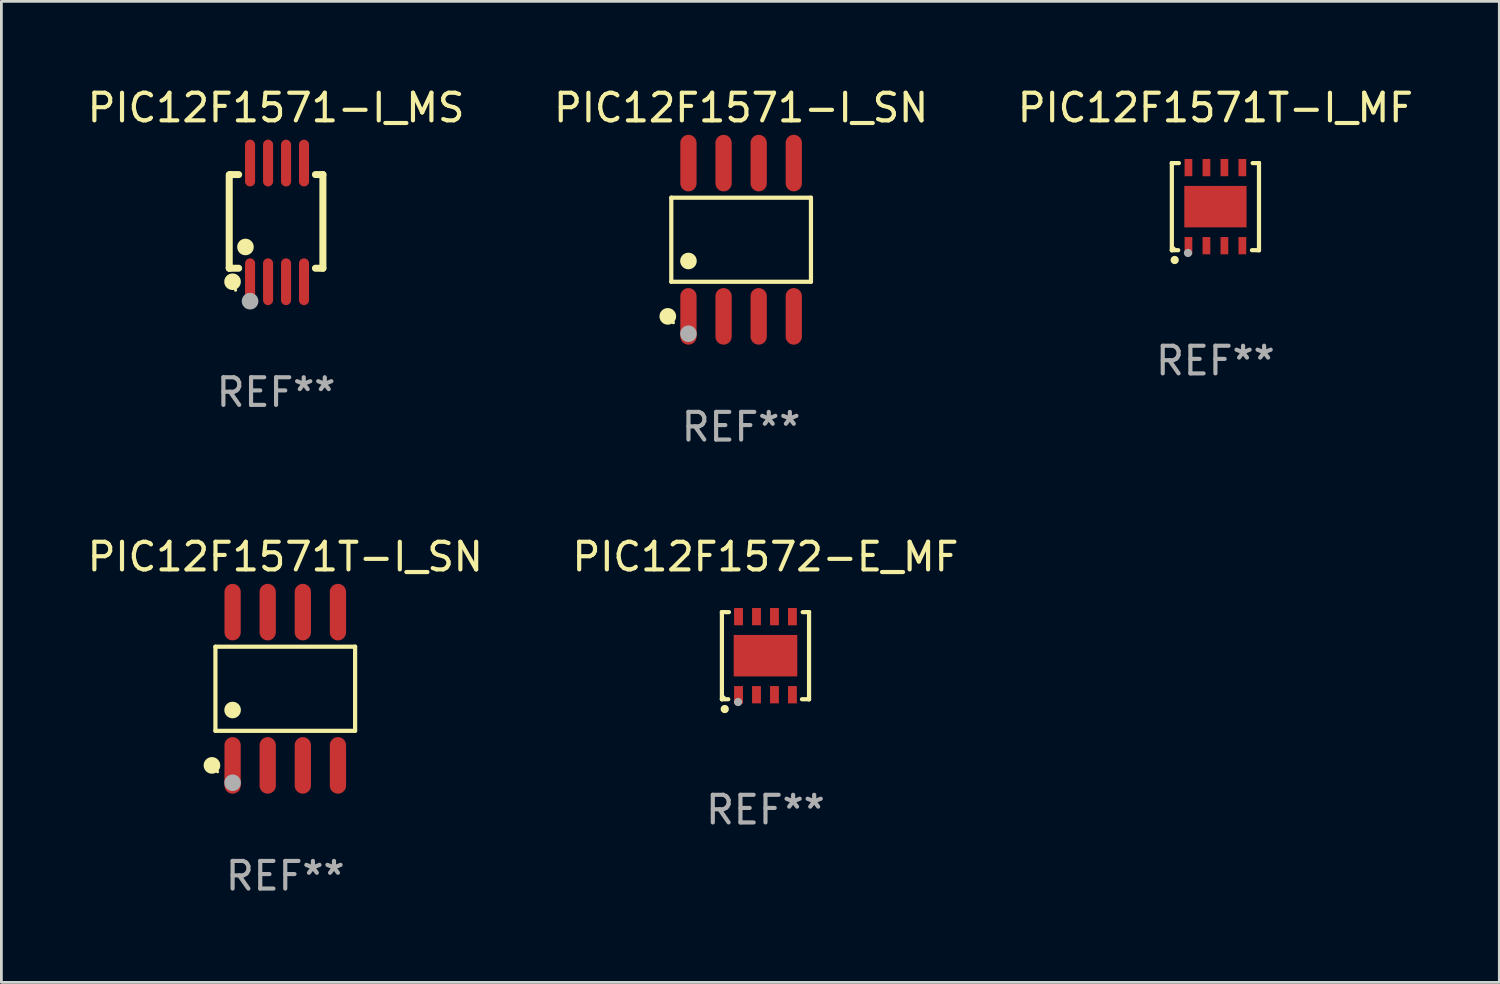
<source format=kicad_pcb>
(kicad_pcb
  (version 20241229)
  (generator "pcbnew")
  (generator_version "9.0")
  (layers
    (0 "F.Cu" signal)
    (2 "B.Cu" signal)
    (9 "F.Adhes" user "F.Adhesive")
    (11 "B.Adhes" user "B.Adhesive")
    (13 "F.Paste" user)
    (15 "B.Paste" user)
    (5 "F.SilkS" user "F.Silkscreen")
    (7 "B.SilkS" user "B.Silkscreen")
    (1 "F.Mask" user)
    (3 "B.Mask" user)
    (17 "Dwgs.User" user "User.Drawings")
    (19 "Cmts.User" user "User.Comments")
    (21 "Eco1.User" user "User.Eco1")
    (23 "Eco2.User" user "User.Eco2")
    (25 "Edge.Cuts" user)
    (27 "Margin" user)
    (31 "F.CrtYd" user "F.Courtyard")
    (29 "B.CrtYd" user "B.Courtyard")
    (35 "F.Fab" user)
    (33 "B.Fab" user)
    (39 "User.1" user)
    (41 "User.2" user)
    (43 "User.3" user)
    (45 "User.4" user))
  (footprint "PIC12F1571T-I_SN"
    (layer "F.Cu")
    (at 7.268 21.862)
    (property "Reference" "PIC12F1571T-I_SN" (at 0 -4.772 0) (layer "F.SilkS") (effects (font (size 1 1) (thickness 0.15))))
    (attr through_hole)
    (fp_line (start -2.526 -1.521) (end 2.526 -1.521) (stroke (width 0.152) (type solid)) (layer "F.SilkS"))
    (fp_line (start -2.526 1.521) (end -2.526 -1.521) (stroke (width 0.152) (type solid)) (layer "F.SilkS"))
    (fp_line (start 2.526 -1.521) (end 2.526 1.521) (stroke (width 0.152) (type solid)) (layer "F.SilkS"))
    (fp_line (start 2.526 1.521) (end -2.526 1.521) (stroke (width 0.152) (type solid)) (layer "F.SilkS"))
    (fp_circle (center -2.652 2.772) (end -2.501 2.772) (stroke (width 0.3) (type solid)) (fill no) (layer "F.SilkS"))
    (fp_circle (center -2.45 3) (end -2.42 3) (stroke (width 0.06) (type solid)) (fill no) (layer "F.SilkS"))
    (fp_circle (center -1.905 0.769) (end -1.755 0.769) (stroke (width 0.3) (type solid)) (fill no) (layer "F.SilkS"))
    (fp_circle (center -1.905 3.4) (end -1.755 3.4) (stroke (width 0.3) (type solid)) (fill no) (layer "F.Fab"))
    (fp_text user "REF**" (at 0 6.772 0) (layer "F.Fab") (effects (font (size 1 1) (thickness 0.15))))
    (pad "1" smd oval (at -1.905 2.772) (size 0.588 2.045) (layers "F.Cu" "F.Mask" "F.Paste"))
    (pad "2" smd oval (at -0.635 2.772) (size 0.588 2.045) (layers "F.Cu" "F.Mask" "F.Paste"))
    (pad "3" smd oval (at 0.635 2.772) (size 0.588 2.045) (layers "F.Cu" "F.Mask" "F.Paste"))
    (pad "4" smd oval (at 1.905 2.772) (size 0.588 2.045) (layers "F.Cu" "F.Mask" "F.Paste"))
    (pad "5" smd oval (at 1.905 -2.772) (size 0.588 2.045) (layers "F.Cu" "F.Mask" "F.Paste"))
    (pad "6" smd oval (at 0.635 -2.772) (size 0.588 2.045) (layers "F.Cu" "F.Mask" "F.Paste"))
    (pad "7" smd oval (at -0.635 -2.772) (size 0.588 2.045) (layers "F.Cu" "F.Mask" "F.Paste"))
    (pad "8" smd oval (at -1.905 -2.772) (size 0.588 2.045) (layers "F.Cu" "F.Mask" "F.Paste")))
  (footprint "PIC12F1571T-I_MF"
    (layer "F.Cu")
    (at 40.911 4.424)
    (property "Reference" "PIC12F1571T-I_MF" (at 0 -3.576 0) (layer "F.SilkS") (effects (font (size 1 1) (thickness 0.15))))
    (attr through_hole)
    (fp_line (start -1.576 -1.576) (end -1.576 -1.576) (stroke (width 0.152) (type solid)) (layer "F.SilkS"))
    (fp_line (start -1.576 -1.576) (end -1.576 1.576) (stroke (width 0.152) (type solid)) (layer "F.SilkS"))
    (fp_line (start -1.576 1.576) (end -1.576 1.576) (stroke (width 0.152) (type solid)) (layer "F.SilkS"))
    (fp_line (start -1.576 1.576) (end -1.346 1.575) (stroke (width 0.152) (type solid)) (layer "F.SilkS"))
    (fp_line (start -1.321 -1.575) (end -1.576 -1.576) (stroke (width 0.152) (type solid)) (layer "F.SilkS"))
    (fp_line (start 1.321 1.575) (end 1.576 1.576) (stroke (width 0.152) (type solid)) (layer "F.SilkS"))
    (fp_line (start 1.576 -1.576) (end 1.346 -1.575) (stroke (width 0.152) (type solid)) (layer "F.SilkS"))
    (fp_line (start 1.576 -1.576) (end 1.576 -1.576) (stroke (width 0.152) (type solid)) (layer "F.SilkS"))
    (fp_line (start 1.576 1.576) (end 1.576 -1.576) (stroke (width 0.152) (type solid)) (layer "F.SilkS"))
    (fp_line (start 1.576 1.576) (end 1.576 1.576) (stroke (width 0.152) (type solid)) (layer "F.SilkS"))
    (fp_circle (center -1.5 1.5) (end -1.47 1.5) (stroke (width 0.06) (type solid)) (fill no) (layer "F.SilkS"))
    (fp_circle (center -1.473 1.93) (end -1.398 1.93) (stroke (width 0.15) (type solid)) (fill no) (layer "F.SilkS"))
    (fp_circle (center -0.991 1.676) (end -0.916 1.676) (stroke (width 0.15) (type solid)) (fill no) (layer "F.Fab"))
    (fp_text user "REF**" (at 0 5.576 0) (layer "F.Fab") (effects (font (size 1 1) (thickness 0.15))))
    (pad "1" smd rect (at -0.975 1.412) (size 0.28 0.625) (layers "F.Cu" "F.Mask" "F.Paste"))
    (pad "2" smd rect (at -0.325 1.412) (size 0.28 0.625) (layers "F.Cu" "F.Mask" "F.Paste"))
    (pad "3" smd rect (at 0.325 1.412) (size 0.28 0.625) (layers "F.Cu" "F.Mask" "F.Paste"))
    (pad "4" smd rect (at 0.975 1.412) (size 0.28 0.625) (layers "F.Cu" "F.Mask" "F.Paste"))
    (pad "5" smd rect (at 0.975 -1.412) (size 0.28 0.625) (layers "F.Cu" "F.Mask" "F.Paste"))
    (pad "6" smd rect (at 0.325 -1.412) (size 0.28 0.625) (layers "F.Cu" "F.Mask" "F.Paste"))
    (pad "7" smd rect (at -0.325 -1.412) (size 0.28 0.625) (layers "F.Cu" "F.Mask" "F.Paste"))
    (pad "8" smd rect (at -0.975 -1.412) (size 0.28 0.625) (layers "F.Cu" "F.Mask" "F.Paste"))
    (pad "9" smd rect (at 0 0) (size 2.25 1.5) (layers "F.Cu" "F.Mask" "F.Paste")))
  (footprint "PIC12F1571-I_MS"
    (layer "F.Cu")
    (at 6.935 4.994)
    (property "Reference" "PIC12F1571-I_MS" (at 0 -4.146 0) (layer "F.SilkS") (effects (font (size 1 1) (thickness 0.15))))
    (attr through_hole)
    (fp_line (start -1.694 -1.724) (end -1.694 1.652) (stroke (width 0.254) (type solid)) (layer "F.SilkS"))
    (fp_line (start -1.694 1.652) (end -1.688 1.658) (stroke (width 0.254) (type solid)) (layer "F.SilkS"))
    (fp_line (start -1.688 1.658) (end -1.353 1.658) (stroke (width 0.254) (type solid)) (layer "F.SilkS"))
    (fp_line (start -1.661 -1.73) (end -1.681 -1.71) (stroke (width 0.254) (type solid)) (layer "F.SilkS"))
    (fp_line (start -1.353 -1.73) (end -1.661 -1.73) (stroke (width 0.254) (type solid)) (layer "F.SilkS"))
    (fp_line (start 1.424 1.658) (end 1.694 1.658) (stroke (width 0.254) (type solid)) (layer "F.SilkS"))
    (fp_line (start 1.694 -1.73) (end 1.424 -1.73) (stroke (width 0.254) (type solid)) (layer "F.SilkS"))
    (fp_line (start 1.694 1.658) (end 1.694 -1.73) (stroke (width 0.254) (type solid)) (layer "F.SilkS"))
    (fp_circle (center -1.574 2.146) (end -1.424 2.146) (stroke (width 0.3) (type solid)) (fill no) (layer "F.SilkS"))
    (fp_circle (center -1.464 2.45) (end -1.434 2.45) (stroke (width 0.06) (type solid)) (fill no) (layer "F.SilkS"))
    (fp_circle (center -1.107 0.889) (end -0.957 0.889) (stroke (width 0.3) (type solid)) (fill no) (layer "F.SilkS"))
    (fp_circle (center -0.94 2.85) (end -0.789 2.85) (stroke (width 0.3) (type solid)) (fill no) (layer "F.Fab"))
    (fp_text user "REF**" (at 0 6.146 0) (layer "F.Fab") (effects (font (size 1 1) (thickness 0.15))))
    (pad "1" smd oval (at -0.94 2.146) (size 0.364 1.692) (layers "F.Cu" "F.Mask" "F.Paste"))
    (pad "2" smd oval (at -0.289 2.146) (size 0.364 1.692) (layers "F.Cu" "F.Mask" "F.Paste"))
    (pad "3" smd oval (at 0.361 2.146) (size 0.364 1.692) (layers "F.Cu" "F.Mask" "F.Paste"))
    (pad "4" smd oval (at 1.011 2.146) (size 0.364 1.692) (layers "F.Cu" "F.Mask" "F.Paste"))
    (pad "5" smd oval (at 1.011 -2.146) (size 0.364 1.692) (layers "F.Cu" "F.Mask" "F.Paste"))
    (pad "6" smd oval (at 0.361 -2.146) (size 0.364 1.692) (layers "F.Cu" "F.Mask" "F.Paste"))
    (pad "7" smd oval (at -0.289 -2.146) (size 0.364 1.692) (layers "F.Cu" "F.Mask" "F.Paste"))
    (pad "8" smd oval (at -0.94 -2.146) (size 0.364 1.692) (layers "F.Cu" "F.Mask" "F.Paste")))
  (footprint "PIC12F1572-E_MF"
    (layer "F.Cu")
    (at 24.637 20.666)
    (property "Reference" "PIC12F1572-E_MF" (at 0 -3.576 0) (layer "F.SilkS") (effects (font (size 1 1) (thickness 0.15))))
    (attr through_hole)
    (fp_line (start -1.576 -1.576) (end -1.576 -1.576) (stroke (width 0.152) (type solid)) (layer "F.SilkS"))
    (fp_line (start -1.576 -1.576) (end -1.576 1.576) (stroke (width 0.152) (type solid)) (layer "F.SilkS"))
    (fp_line (start -1.576 1.576) (end -1.576 1.576) (stroke (width 0.152) (type solid)) (layer "F.SilkS"))
    (fp_line (start -1.576 1.576) (end -1.346 1.575) (stroke (width 0.152) (type solid)) (layer "F.SilkS"))
    (fp_line (start -1.321 -1.575) (end -1.576 -1.576) (stroke (width 0.152) (type solid)) (layer "F.SilkS"))
    (fp_line (start 1.321 1.575) (end 1.576 1.576) (stroke (width 0.152) (type solid)) (layer "F.SilkS"))
    (fp_line (start 1.576 -1.576) (end 1.346 -1.575) (stroke (width 0.152) (type solid)) (layer "F.SilkS"))
    (fp_line (start 1.576 -1.576) (end 1.576 -1.576) (stroke (width 0.152) (type solid)) (layer "F.SilkS"))
    (fp_line (start 1.576 1.576) (end 1.576 -1.576) (stroke (width 0.152) (type solid)) (layer "F.SilkS"))
    (fp_line (start 1.576 1.576) (end 1.576 1.576) (stroke (width 0.152) (type solid)) (layer "F.SilkS"))
    (fp_circle (center -1.5 1.5) (end -1.47 1.5) (stroke (width 0.06) (type solid)) (fill no) (layer "F.SilkS"))
    (fp_circle (center -1.473 1.93) (end -1.398 1.93) (stroke (width 0.15) (type solid)) (fill no) (layer "F.SilkS"))
    (fp_circle (center -0.991 1.676) (end -0.916 1.676) (stroke (width 0.15) (type solid)) (fill no) (layer "F.Fab"))
    (fp_text user "REF**" (at 0 5.576 0) (layer "F.Fab") (effects (font (size 1 1) (thickness 0.15))))
    (pad "1" smd rect (at -0.975 1.412) (size 0.32 0.625) (layers "F.Cu" "F.Mask" "F.Paste"))
    (pad "2" smd rect (at -0.325 1.412) (size 0.32 0.625) (layers "F.Cu" "F.Mask" "F.Paste"))
    (pad "3" smd rect (at 0.325 1.412) (size 0.32 0.625) (layers "F.Cu" "F.Mask" "F.Paste"))
    (pad "4" smd rect (at 0.975 1.412) (size 0.32 0.625) (layers "F.Cu" "F.Mask" "F.Paste"))
    (pad "5" smd rect (at 0.975 -1.412) (size 0.32 0.625) (layers "F.Cu" "F.Mask" "F.Paste"))
    (pad "6" smd rect (at 0.325 -1.412) (size 0.32 0.625) (layers "F.Cu" "F.Mask" "F.Paste"))
    (pad "7" smd rect (at -0.325 -1.412) (size 0.32 0.625) (layers "F.Cu" "F.Mask" "F.Paste"))
    (pad "8" smd rect (at -0.975 -1.412) (size 0.32 0.625) (layers "F.Cu" "F.Mask" "F.Paste"))
    (pad "9" smd rect (at 0 0) (size 2.3 1.5) (layers "F.Cu" "F.Mask" "F.Paste")))
  (footprint "PIC12F1571-I_SN"
    (layer "F.Cu")
    (at 23.756 5.621)
    (property "Reference" "PIC12F1571-I_SN" (at 0 -4.772 0) (layer "F.SilkS") (effects (font (size 1 1) (thickness 0.15))))
    (attr through_hole)
    (fp_line (start -2.526 -1.521) (end 2.526 -1.521) (stroke (width 0.152) (type solid)) (layer "F.SilkS"))
    (fp_line (start -2.526 1.521) (end -2.526 -1.521) (stroke (width 0.152) (type solid)) (layer "F.SilkS"))
    (fp_line (start 2.526 -1.521) (end 2.526 1.521) (stroke (width 0.152) (type solid)) (layer "F.SilkS"))
    (fp_line (start 2.526 1.521) (end -2.526 1.521) (stroke (width 0.152) (type solid)) (layer "F.SilkS"))
    (fp_circle (center -2.652 2.772) (end -2.501 2.772) (stroke (width 0.3) (type solid)) (fill no) (layer "F.SilkS"))
    (fp_circle (center -2.45 3) (end -2.42 3) (stroke (width 0.06) (type solid)) (fill no) (layer "F.SilkS"))
    (fp_circle (center -1.905 0.769) (end -1.755 0.769) (stroke (width 0.3) (type solid)) (fill no) (layer "F.SilkS"))
    (fp_circle (center -1.905 3.4) (end -1.755 3.4) (stroke (width 0.3) (type solid)) (fill no) (layer "F.Fab"))
    (fp_text user "REF**" (at 0 6.772 0) (layer "F.Fab") (effects (font (size 1 1) (thickness 0.15))))
    (pad "1" smd oval (at -1.905 2.772) (size 0.588 2.045) (layers "F.Cu" "F.Mask" "F.Paste"))
    (pad "2" smd oval (at -0.635 2.772) (size 0.588 2.045) (layers "F.Cu" "F.Mask" "F.Paste"))
    (pad "3" smd oval (at 0.635 2.772) (size 0.588 2.045) (layers "F.Cu" "F.Mask" "F.Paste"))
    (pad "4" smd oval (at 1.905 2.772) (size 0.588 2.045) (layers "F.Cu" "F.Mask" "F.Paste"))
    (pad "5" smd oval (at 1.905 -2.772) (size 0.588 2.045) (layers "F.Cu" "F.Mask" "F.Paste"))
    (pad "6" smd oval (at 0.635 -2.772) (size 0.588 2.045) (layers "F.Cu" "F.Mask" "F.Paste"))
    (pad "7" smd oval (at -0.635 -2.772) (size 0.588 2.045) (layers "F.Cu" "F.Mask" "F.Paste"))
    (pad "8" smd oval (at -1.905 -2.772) (size 0.588 2.045) (layers "F.Cu" "F.Mask" "F.Paste")))
  (gr_rect
    (start -3 -3)
    (end 51.179 32.483)
    (stroke (width 0.1) (type default))
    (fill no)
    (layer "Edge.Cuts")))
</source>
